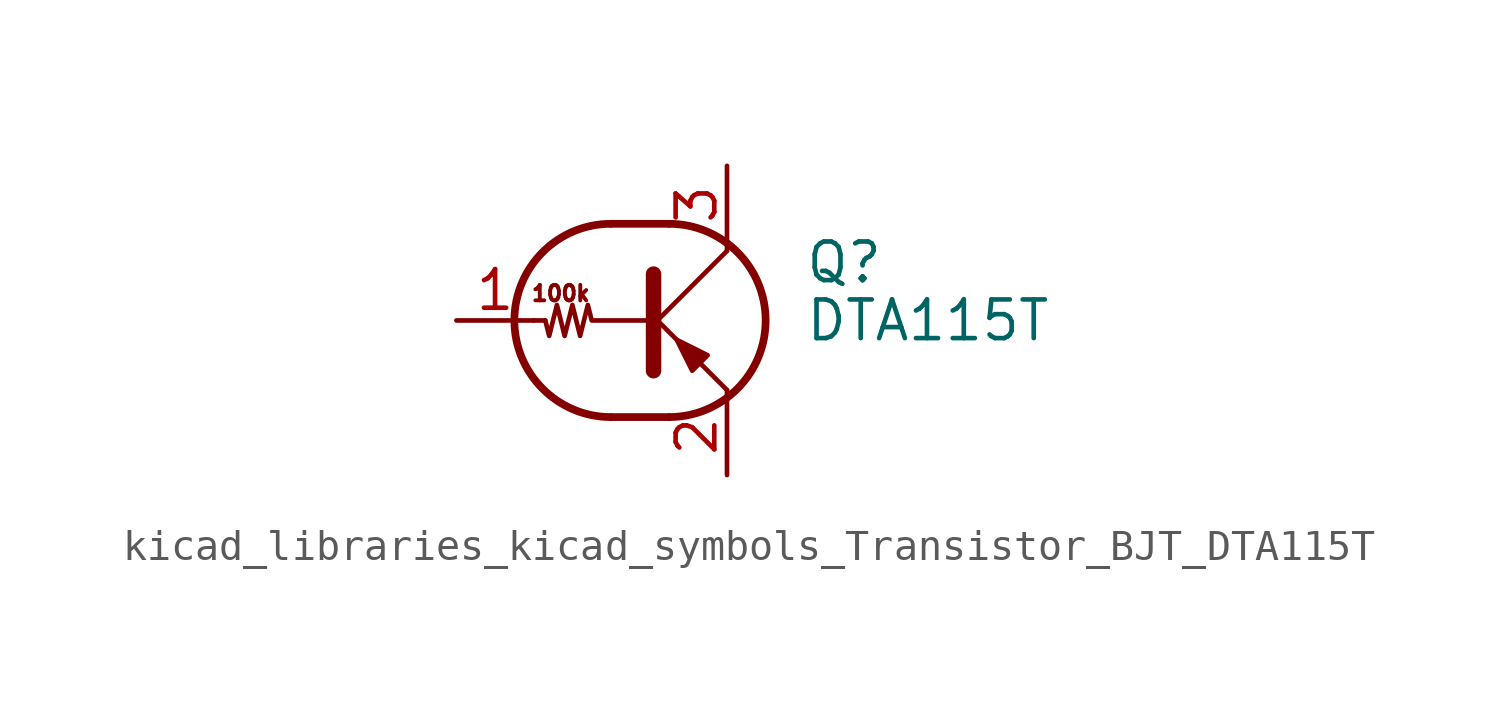
<source format=kicad_sym>
(kicad_symbol_lib
  (version 20220914)
  (generator kicad_symbol_editor)
  (symbol "kicad_libraries_kicad_symbols_Transistor_BJT_DTA115T"
    (pin_names
      (offset 0) hide)
    (property "Reference" "Q"
      (at 5.08 1.905 0)
      (effects (font (size 1.27 1.27)) (justify left)))
    (property "Value" "DTA115T"
      (at 5.08 0 0)
      (effects (font (size 1.27 1.27)) (justify left)))
    (symbol "kicad_libraries_kicad_symbols_Transistor_BJT_DTA115T_0_0"
      (polyline (pts (xy 2.54 -2.286) (xy 2.54 -2.54)) (stroke (width 0) (type default)) (fill (type none)))
      (text "100k" (at -2.921 0.889 0) (effects (font (size 0.508 0.508)))))
    (symbol "kicad_libraries_kicad_symbols_Transistor_BJT_DTA115T_0_1"
      (arc (start -1.27 3.175) (mid -4.4312 0) (end -1.27 -3.175) (stroke (width 0.254) (type default)) (fill (type none)))
      (polyline (pts (xy -3.429 0) (xy -3.81 0)) (stroke (width 0) (type default)) (fill (type none)))
      (polyline (pts (xy -1.27 -3.175) (xy 0.635 -3.175)) (stroke (width 0.254) (type default)) (fill (type none)))
      (polyline (pts (xy -1.27 3.175) (xy 0.635 3.175)) (stroke (width 0.254) (type default)) (fill (type none)))
      (polyline (pts (xy 0 -0.254) (xy 2.54 2.286)) (stroke (width 0) (type default)) (fill (type none)))
      (polyline (pts (xy 0.127 1.524) (xy 0.127 -1.651)) (stroke (width 0.508) (type default)) (fill (type outline)))
      (polyline (pts (xy 2.54 2.286) (xy 2.54 2.54)) (stroke (width 0) (type default)) (fill (type none)))
      (polyline (pts (xy 2.54 -2.286) (xy 0 0.254) (xy 0 0.254)) (stroke (width 0) (type default)) (fill (type none)))
      (polyline (pts (xy 1.397 -1.651) (xy 1.905 -1.143) (xy 0.889 -0.635) (xy 1.397 -1.651)) (stroke (width 0) (type default)) (fill (type outline)))
      (polyline (pts (xy 0 0) (xy -1.905 0) (xy -2.032 0.508) (xy -2.286 -0.508) (xy -2.54 0.508) (xy -2.794 -0.508) (xy -3.048 0.508) (xy -3.302 -0.508) (xy -3.429 0)) (stroke (width 0) (type default)) (fill (type none)))
      (arc (start 0.635 -3.175) (mid 3.7962 0) (end 0.635 3.175) (stroke (width 0.254) (type default)) (fill (type none))))
    (symbol "kicad_libraries_kicad_symbols_Transistor_BJT_DTA115T_1_1"
      (pin input line (at -6.35 0 0) (length 2.54) (name "B" (effects (font (size 1.27 1.27)))) (number "1" (effects (font (size 1.27 1.27)))))
      (pin passive line (at 2.54 -5.08 90) (length 2.54) (name "E" (effects (font (size 1.27 1.27)))) (number "2" (effects (font (size 1.27 1.27)))))
      (pin passive line (at 2.54 5.08 270) (length 2.54) (name "C" (effects (font (size 1.27 1.27)))) (number "3" (effects (font (size 1.27 1.27))))))))
</source>
